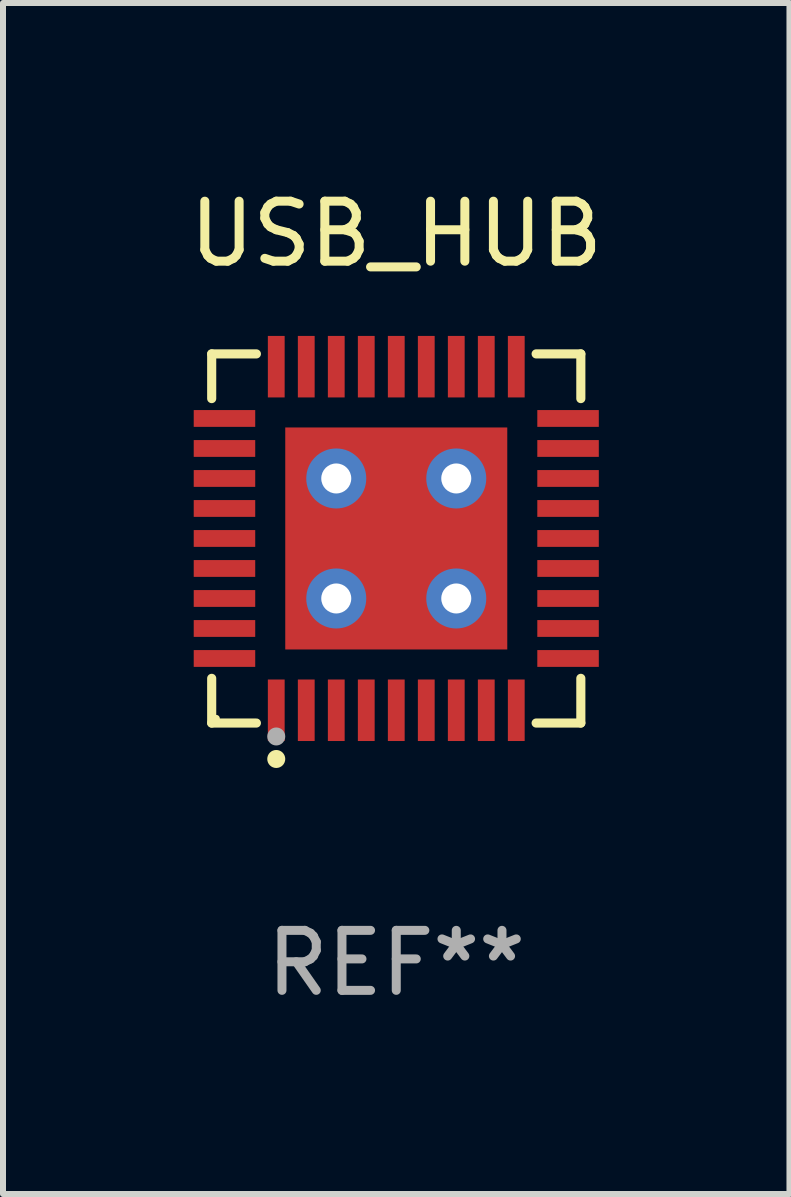
<source format=kicad_pcb>
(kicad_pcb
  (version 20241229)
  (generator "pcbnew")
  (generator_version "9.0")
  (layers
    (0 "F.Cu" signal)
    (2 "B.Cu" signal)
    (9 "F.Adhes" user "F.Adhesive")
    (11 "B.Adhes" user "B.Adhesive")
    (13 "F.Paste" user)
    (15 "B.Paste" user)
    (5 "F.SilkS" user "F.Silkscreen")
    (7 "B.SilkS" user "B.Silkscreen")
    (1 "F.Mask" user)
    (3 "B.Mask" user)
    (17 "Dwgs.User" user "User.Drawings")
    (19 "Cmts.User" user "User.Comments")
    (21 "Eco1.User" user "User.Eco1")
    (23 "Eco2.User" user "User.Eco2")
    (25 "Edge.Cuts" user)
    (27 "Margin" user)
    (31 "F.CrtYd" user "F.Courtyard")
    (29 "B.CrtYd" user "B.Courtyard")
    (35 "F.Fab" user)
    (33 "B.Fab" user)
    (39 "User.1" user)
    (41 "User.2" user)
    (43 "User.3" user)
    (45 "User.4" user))
  (footprint "USB_HUB"
    (layer "F.Cu")
    (at 3.554 5.924)
    (property "Reference" "USB_HUB" (at 0 -5.076 0) (layer "F.SilkS") (effects (font (size 1 1) (thickness 0.15))))
    (attr through_hole)
    (fp_line (start -3.076 -3.076) (end -2.331 -3.076) (stroke (width 0.152) (type solid)) (layer "F.SilkS"))
    (fp_line (start -3.076 -2.331) (end -3.076 -3.076) (stroke (width 0.152) (type solid)) (layer "F.SilkS"))
    (fp_line (start -3.076 2.331) (end -3.076 3.076) (stroke (width 0.152) (type solid)) (layer "F.SilkS"))
    (fp_line (start -3.076 3.076) (end -2.331 3.076) (stroke (width 0.152) (type solid)) (layer "F.SilkS"))
    (fp_line (start 3.076 -3.076) (end 2.331 -3.076) (stroke (width 0.152) (type solid)) (layer "F.SilkS"))
    (fp_line (start 3.076 -2.331) (end 3.076 -3.076) (stroke (width 0.152) (type solid)) (layer "F.SilkS"))
    (fp_line (start 3.076 2.331) (end 3.076 3.076) (stroke (width 0.152) (type solid)) (layer "F.SilkS"))
    (fp_line (start 3.076 3.076) (end 2.331 3.076) (stroke (width 0.152) (type solid)) (layer "F.SilkS"))
    (fp_circle (center -3 3) (end -2.97 3) (stroke (width 0.06) (type solid)) (fill no) (layer "F.SilkS"))
    (fp_circle (center -2 3.675) (end -1.925 3.675) (stroke (width 0.15) (type solid)) (fill no) (layer "F.SilkS"))
    (fp_circle (center -2 3.3) (end -1.925 3.3) (stroke (width 0.15) (type solid)) (fill no) (layer "F.Fab"))
    (fp_text user "REF**" (at 0 7.076 0) (layer "F.Fab") (effects (font (size 1 1) (thickness 0.15))))
    (pad "1" smd rect (at -2 2.863) (size 0.28 1.025) (layers "F.Cu" "F.Mask" "F.Paste"))
    (pad "2" smd rect (at -1.5 2.863) (size 0.28 1.025) (layers "F.Cu" "F.Mask" "F.Paste"))
    (pad "3" smd rect (at -1 2.863) (size 0.28 1.025) (layers "F.Cu" "F.Mask" "F.Paste"))
    (pad "4" smd rect (at -0.5 2.863) (size 0.28 1.025) (layers "F.Cu" "F.Mask" "F.Paste"))
    (pad "5" smd rect (at 0 2.863) (size 0.28 1.025) (layers "F.Cu" "F.Mask" "F.Paste"))
    (pad "6" smd rect (at 0.5 2.863) (size 0.28 1.025) (layers "F.Cu" "F.Mask" "F.Paste"))
    (pad "7" smd rect (at 1 2.863) (size 0.28 1.025) (layers "F.Cu" "F.Mask" "F.Paste"))
    (pad "8" smd rect (at 1.5 2.863) (size 0.28 1.025) (layers "F.Cu" "F.Mask" "F.Paste"))
    (pad "9" smd rect (at 2 2.863) (size 0.28 1.025) (layers "F.Cu" "F.Mask" "F.Paste"))
    (pad "10" smd rect (at 2.863 2) (size 1.025 0.28) (layers "F.Cu" "F.Mask" "F.Paste"))
    (pad "11" smd rect (at 2.863 1.5) (size 1.025 0.28) (layers "F.Cu" "F.Mask" "F.Paste"))
    (pad "12" smd rect (at 2.863 1) (size 1.025 0.28) (layers "F.Cu" "F.Mask" "F.Paste"))
    (pad "13" smd rect (at 2.863 0.5) (size 1.025 0.28) (layers "F.Cu" "F.Mask" "F.Paste"))
    (pad "14" smd rect (at 2.863 0) (size 1.025 0.28) (layers "F.Cu" "F.Mask" "F.Paste"))
    (pad "15" smd rect (at 2.863 -0.5) (size 1.025 0.28) (layers "F.Cu" "F.Mask" "F.Paste"))
    (pad "16" smd rect (at 2.863 -1) (size 1.025 0.28) (layers "F.Cu" "F.Mask" "F.Paste"))
    (pad "17" smd rect (at 2.863 -1.5) (size 1.025 0.28) (layers "F.Cu" "F.Mask" "F.Paste"))
    (pad "18" smd rect (at 2.863 -2) (size 1.025 0.28) (layers "F.Cu" "F.Mask" "F.Paste"))
    (pad "19" smd rect (at 2 -2.863) (size 0.28 1.025) (layers "F.Cu" "F.Mask" "F.Paste"))
    (pad "20" smd rect (at 1.5 -2.863) (size 0.28 1.025) (layers "F.Cu" "F.Mask" "F.Paste"))
    (pad "21" smd rect (at 1 -2.863) (size 0.28 1.025) (layers "F.Cu" "F.Mask" "F.Paste"))
    (pad "22" smd rect (at 0.5 -2.863) (size 0.28 1.025) (layers "F.Cu" "F.Mask" "F.Paste"))
    (pad "23" smd rect (at 0 -2.863) (size 0.28 1.025) (layers "F.Cu" "F.Mask" "F.Paste"))
    (pad "24" smd rect (at -0.5 -2.863) (size 0.28 1.025) (layers "F.Cu" "F.Mask" "F.Paste"))
    (pad "25" smd rect (at -1 -2.863) (size 0.28 1.025) (layers "F.Cu" "F.Mask" "F.Paste"))
    (pad "26" smd rect (at -1.5 -2.863) (size 0.28 1.025) (layers "F.Cu" "F.Mask" "F.Paste"))
    (pad "27" smd rect (at -2 -2.863) (size 0.28 1.025) (layers "F.Cu" "F.Mask" "F.Paste"))
    (pad "28" smd rect (at -2.863 -2) (size 1.025 0.28) (layers "F.Cu" "F.Mask" "F.Paste"))
    (pad "29" smd rect (at -2.863 -1.5) (size 1.025 0.28) (layers "F.Cu" "F.Mask" "F.Paste"))
    (pad "30" smd rect (at -2.863 -1) (size 1.025 0.28) (layers "F.Cu" "F.Mask" "F.Paste"))
    (pad "31" smd rect (at -2.863 -0.5) (size 1.025 0.28) (layers "F.Cu" "F.Mask" "F.Paste"))
    (pad "32" smd rect (at -2.863 0) (size 1.025 0.28) (layers "F.Cu" "F.Mask" "F.Paste"))
    (pad "33" smd rect (at -2.863 0.5) (size 1.025 0.28) (layers "F.Cu" "F.Mask" "F.Paste"))
    (pad "34" smd rect (at -2.863 1) (size 1.025 0.28) (layers "F.Cu" "F.Mask" "F.Paste"))
    (pad "35" smd rect (at -2.863 1.5) (size 1.025 0.28) (layers "F.Cu" "F.Mask" "F.Paste"))
    (pad "36" smd rect (at -2.863 2) (size 1.025 0.28) (layers "F.Cu" "F.Mask" "F.Paste"))
    (pad "37" thru_hole circle (at -1 -1) (size 1 1) (drill 0.5) (layers "*.Cu" "*.Mask"))
    (pad "37" smd rect (at -1 0) (size 0.85 0.85) (layers "F.Cu" "F.Mask" "F.Paste"))
    (pad "37" thru_hole circle (at -1 1) (size 1 1) (drill 0.5) (layers "*.Cu" "*.Mask"))
    (pad "37" smd rect (at 0 -1) (size 0.85 0.85) (layers "F.Cu" "F.Mask" "F.Paste"))
    (pad "37" smd rect (at 0 0) (size 0.85 0.85) (layers "F.Cu" "F.Mask" "F.Paste"))
    (pad "37" smd rect (at 0 0) (size 3.7 3.7) (layers "F.Cu" "F.Mask" "F.Paste"))
    (pad "37" smd rect (at 0 1) (size 0.85 0.85) (layers "F.Cu" "F.Mask" "F.Paste"))
    (pad "37" thru_hole circle (at 1 -1) (size 1 1) (drill 0.5) (layers "*.Cu" "*.Mask"))
    (pad "37" smd rect (at 1 0) (size 0.85 0.85) (layers "F.Cu" "F.Mask" "F.Paste"))
    (pad "37" thru_hole circle (at 1 1) (size 1 1) (drill 0.5) (layers "*.Cu" "*.Mask")))
  (gr_rect
    (start -3 -3)
    (end 10.107 16.849)
    (stroke (width 0.1) (type default))
    (fill no)
    (layer "Edge.Cuts")))
</source>
